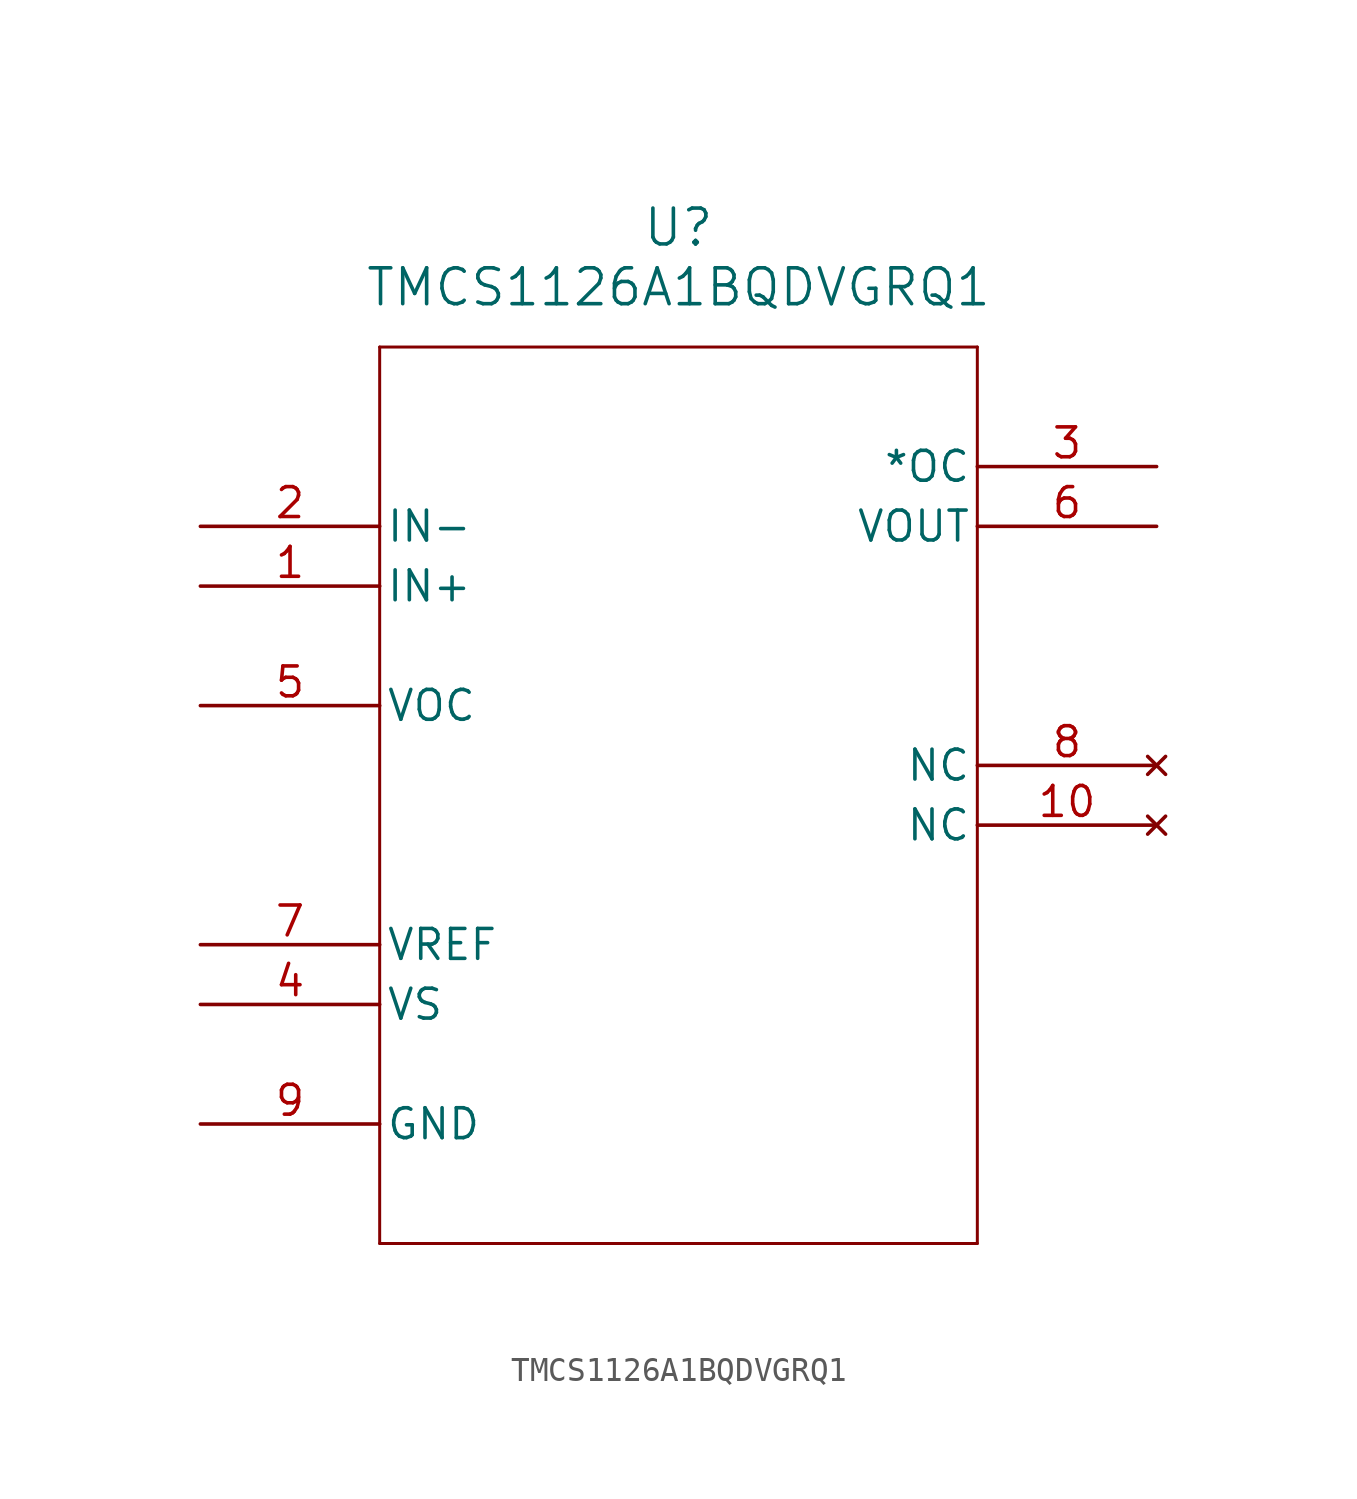
<source format=kicad_sym>
(kicad_symbol_lib
  (version 20211014)
  (generator kicad_symbol_editor)
  (symbol "TMCS1126A1BQDVGRQ1"
    (pin_names
      (offset 0.254))
    (property "Reference" "U"
      (at 20.32 12.7 0)
      (effects (font (size 1.524 1.524))))
    (property "Value" "TMCS1126A1BQDVGRQ1"
      (at 20.32 10.16 0)
      (effects (font (size 1.524 1.524))))
    (symbol "TMCS1126A1BQDVGRQ1_0_1"
      (polyline (pts (xy 7.62 7.62) (xy 7.62 -30.48)) (stroke (width 0.127) (type default) (color 0 0 0 0)) (fill (type none)))
      (polyline (pts (xy 7.62 -30.48) (xy 33.02 -30.48)) (stroke (width 0.127) (type default) (color 0 0 0 0)) (fill (type none)))
      (polyline (pts (xy 33.02 -30.48) (xy 33.02 7.62)) (stroke (width 0.127) (type default) (color 0 0 0 0)) (fill (type none)))
      (polyline (pts (xy 33.02 7.62) (xy 7.62 7.62)) (stroke (width 0.127) (type default) (color 0 0 0 0)) (fill (type none)))
      (pin input line (at 0 -2.54 0) (length 7.62) (name "IN+" (effects (font (size 1.27 1.27)))) (number "1" (effects (font (size 1.27 1.27)))))
      (pin input line (at 0 0 0) (length 7.62) (name "IN-" (effects (font (size 1.27 1.27)))) (number "2" (effects (font (size 1.27 1.27)))))
      (pin output line (at 40.64 2.54 180) (length 7.62) (name "*OC" (effects (font (size 1.27 1.27)))) (number "3" (effects (font (size 1.27 1.27)))))
      (pin power_in line (at 0 -20.32 0) (length 7.62) (name "VS" (effects (font (size 1.27 1.27)))) (number "4" (effects (font (size 1.27 1.27)))))
      (pin input line (at 0 -7.62 0) (length 7.62) (name "VOC" (effects (font (size 1.27 1.27)))) (number "5" (effects (font (size 1.27 1.27)))))
      (pin output line (at 40.64 0 180) (length 7.62) (name "VOUT" (effects (font (size 1.27 1.27)))) (number "6" (effects (font (size 1.27 1.27)))))
      (pin output line (at 0 -17.78 0) (length 7.62) (name "VREF" (effects (font (size 1.27 1.27)))) (number "7" (effects (font (size 1.27 1.27)))))
      (pin no_connect line (at 40.64 -10.16 180) (length 7.62) (name "NC" (effects (font (size 1.27 1.27)))) (number "8" (effects (font (size 1.27 1.27)))))
      (pin power_out line (at 0 -25.4 0) (length 7.62) (name "GND" (effects (font (size 1.27 1.27)))) (number "9" (effects (font (size 1.27 1.27)))))
      (pin no_connect line (at 40.64 -12.7 180) (length 7.62) (name "NC" (effects (font (size 1.27 1.27)))) (number "10" (effects (font (size 1.27 1.27))))))))
</source>
